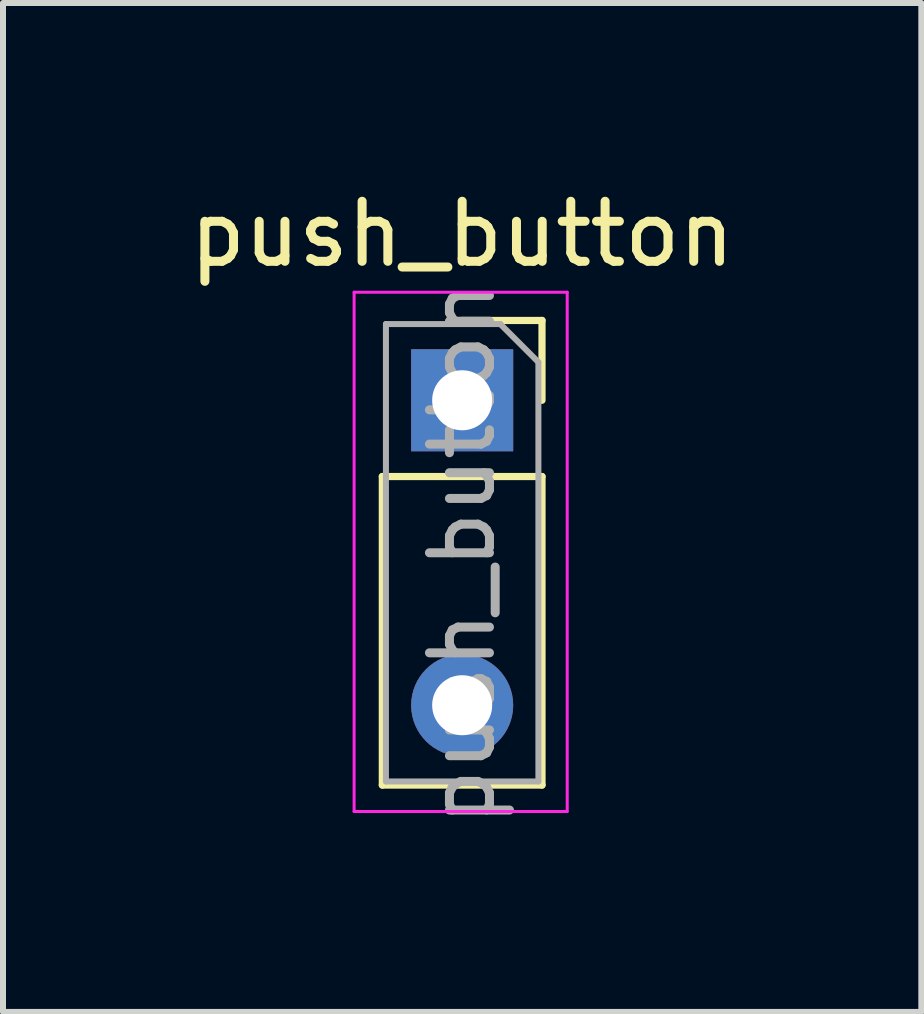
<source format=kicad_pcb>
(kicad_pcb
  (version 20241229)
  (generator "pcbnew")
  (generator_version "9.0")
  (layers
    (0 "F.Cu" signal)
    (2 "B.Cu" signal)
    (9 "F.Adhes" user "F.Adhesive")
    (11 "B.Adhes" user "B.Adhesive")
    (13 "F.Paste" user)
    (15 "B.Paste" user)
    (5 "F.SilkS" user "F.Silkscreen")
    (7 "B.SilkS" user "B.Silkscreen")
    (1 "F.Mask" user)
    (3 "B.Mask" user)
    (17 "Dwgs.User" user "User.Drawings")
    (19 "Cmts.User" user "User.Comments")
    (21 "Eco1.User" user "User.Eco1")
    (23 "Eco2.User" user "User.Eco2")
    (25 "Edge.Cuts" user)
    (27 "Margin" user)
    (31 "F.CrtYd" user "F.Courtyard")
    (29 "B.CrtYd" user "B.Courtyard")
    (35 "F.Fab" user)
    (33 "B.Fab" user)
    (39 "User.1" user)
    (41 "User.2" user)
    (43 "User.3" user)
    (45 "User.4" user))
  (footprint "push_button"
    (layer "F.Cu")
    (at 4.649 3.618)
    (property "Reference" "push_button" (at 0 -2.77 0) (layer "F.SilkS") (effects (font (size 1 1) (thickness 0.15))))
    (attr through_hole)
    (fp_line (start -1.33 1.27) (end -1.33 6.41) (stroke (width 0.12) (type solid)) (layer "F.SilkS"))
    (fp_line (start -1.33 1.27) (end 1.33 1.27) (stroke (width 0.12) (type solid)) (layer "F.SilkS"))
    (fp_line (start -1.33 6.41) (end 1.33 6.41) (stroke (width 0.12) (type solid)) (layer "F.SilkS"))
    (fp_line (start 0 -1.33) (end 1.33 -1.33) (stroke (width 0.12) (type solid)) (layer "F.SilkS"))
    (fp_line (start 1.33 -1.33) (end 1.33 0) (stroke (width 0.12) (type solid)) (layer "F.SilkS"))
    (fp_line (start 1.33 1.27) (end 1.33 6.41) (stroke (width 0.12) (type solid)) (layer "F.SilkS"))
    (fp_line (start -1.8 -1.8) (end 1.75 -1.8) (stroke (width 0.05) (type solid)) (layer "F.CrtYd"))
    (fp_line (start -1.8 6.85) (end -1.8 -1.8) (stroke (width 0.05) (type solid)) (layer "F.CrtYd"))
    (fp_line (start 1.75 -1.8) (end 1.75 6.85) (stroke (width 0.05) (type solid)) (layer "F.CrtYd"))
    (fp_line (start 1.75 6.85) (end -1.8 6.85) (stroke (width 0.05) (type solid)) (layer "F.CrtYd"))
    (fp_line (start -1.27 -1.27) (end 0.635 -1.27) (stroke (width 0.1) (type solid)) (layer "F.Fab"))
    (fp_line (start -1.27 6.35) (end -1.27 -1.27) (stroke (width 0.1) (type solid)) (layer "F.Fab"))
    (fp_line (start 0.635 -1.27) (end 1.27 -0.635) (stroke (width 0.1) (type solid)) (layer "F.Fab"))
    (fp_line (start 1.27 -0.635) (end 1.27 6.35) (stroke (width 0.1) (type solid)) (layer "F.Fab"))
    (fp_line (start 1.27 6.35) (end -1.27 6.35) (stroke (width 0.1) (type solid)) (layer "F.Fab"))
    (fp_text user "${REFERENCE}" (at 0 2.54 90) (layer "F.Fab") (effects (font (size 1 1) (thickness 0.15))))
    (pad "1" thru_hole rect (at 0 0) (size 1.7 1.7) (drill 1) (layers "*.Cu" "*.Mask"))
    (pad "2" thru_hole oval (at 0 5.08) (size 1.7 1.7) (drill 1) (layers "*.Cu" "*.Mask")))
  (gr_rect
    (start -3 -3)
    (end 12.298 13.807)
    (stroke (width 0.1) (type default))
    (fill no)
    (layer "Edge.Cuts")))
</source>
